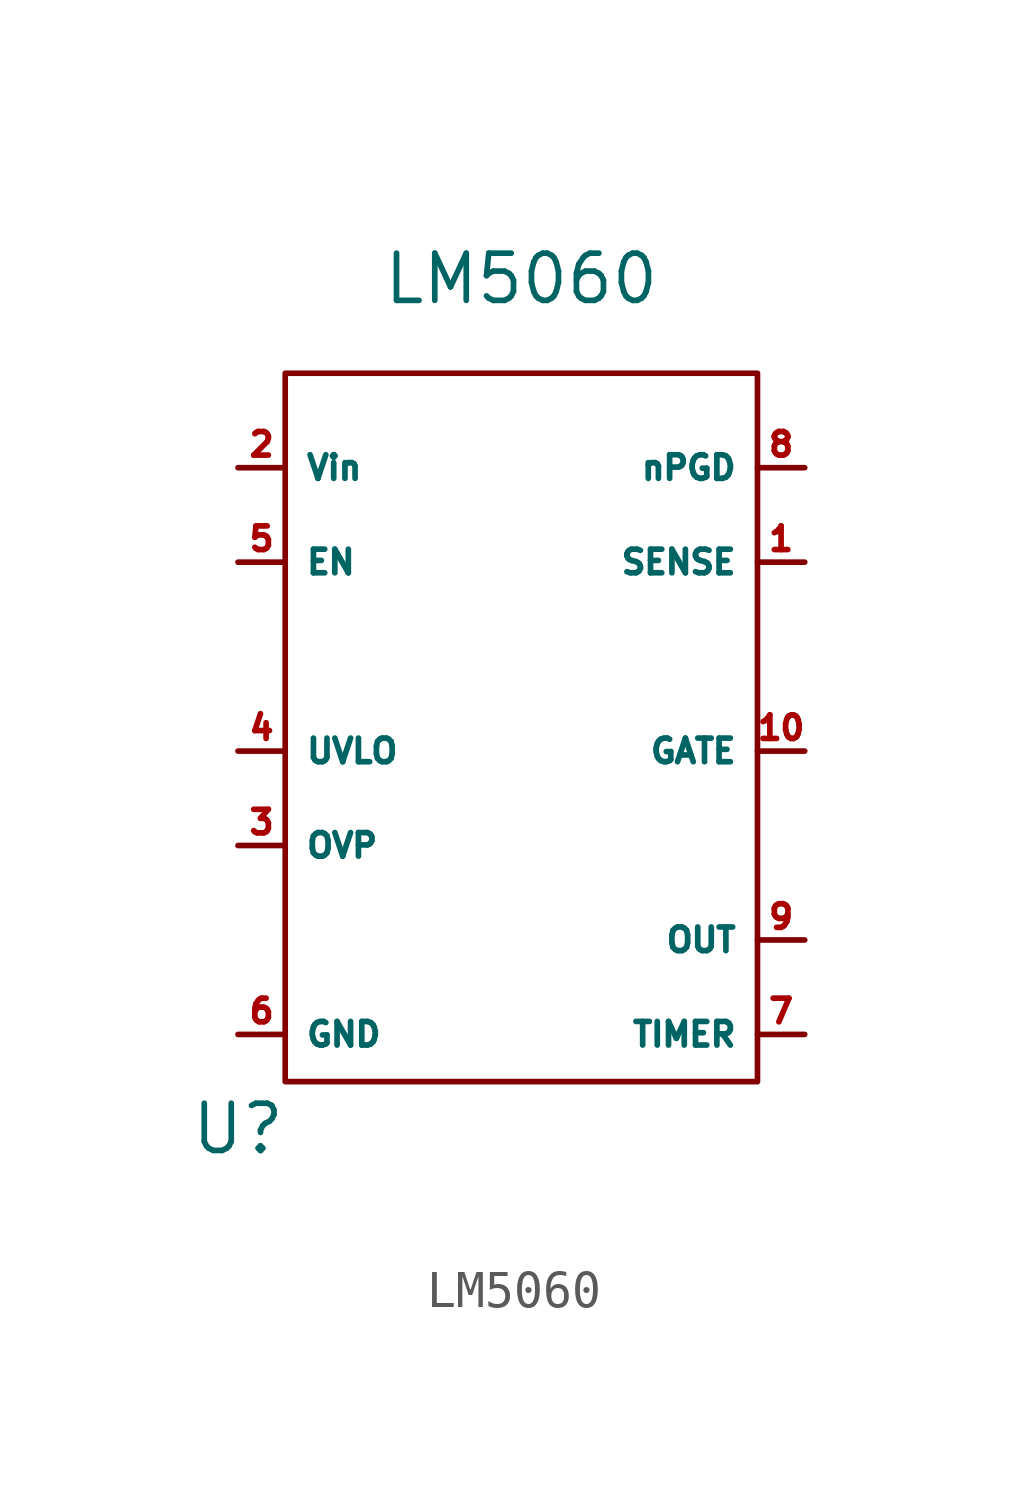
<source format=kicad_sym>
(kicad_symbol_lib
  (version 20211014)
  (generator kicad_symbol_editor)
  (symbol "LM5060"
    (property "Reference" "U"
      (at -7.62 -10.16 0)
      (effects (font (size 1.27 1.27))))
    (property "Value" "LM5060"
      (at 0 12.7 0)
      (effects (font (size 1.27 1.27))))
    (symbol "LM5060_0_1"
      (rectangle (start -6.35 10.16) (end 6.35 -8.89) (stroke (width 0.152) (type default) (color 0 0 0 0)) (fill (type none))))
    (symbol "LM5060_1_1"
      (pin input line (at 7.62 5.08 180) (length 1.27) (name "SENSE" (effects (font (size 0.635 0.635)))) (number "1" (effects (font (size 0.635 0.635)))))
      (pin output line (at 7.62 0 180) (length 1.27) (name "GATE" (effects (font (size 0.635 0.635)))) (number "10" (effects (font (size 0.635 0.635)))))
      (pin power_in line (at -7.62 7.62 0) (length 1.27) (name "Vin" (effects (font (size 0.635 0.635)))) (number "2" (effects (font (size 0.635 0.635)))))
      (pin input line (at -7.62 -2.54 0) (length 1.27) (name "OVP" (effects (font (size 0.635 0.635)))) (number "3" (effects (font (size 0.635 0.635)))))
      (pin input line (at -7.62 0 0) (length 1.27) (name "UVLO" (effects (font (size 0.635 0.635)))) (number "4" (effects (font (size 0.635 0.635)))))
      (pin input line (at -7.62 5.08 0) (length 1.27) (name "EN" (effects (font (size 0.635 0.635)))) (number "5" (effects (font (size 0.635 0.635)))))
      (pin power_in line (at -7.62 -7.62 0) (length 1.27) (name "GND" (effects (font (size 0.635 0.635)))) (number "6" (effects (font (size 0.635 0.635)))))
      (pin bidirectional line (at 7.62 -7.62 180) (length 1.27) (name "TIMER" (effects (font (size 0.635 0.635)))) (number "7" (effects (font (size 0.635 0.635)))))
      (pin output line (at 7.62 7.62 180) (length 1.27) (name "nPGD" (effects (font (size 0.635 0.635)))) (number "8" (effects (font (size 0.635 0.635)))))
      (pin input line (at 7.62 -5.08 180) (length 1.27) (name "OUT" (effects (font (size 0.635 0.635)))) (number "9" (effects (font (size 0.635 0.635))))))))
</source>
